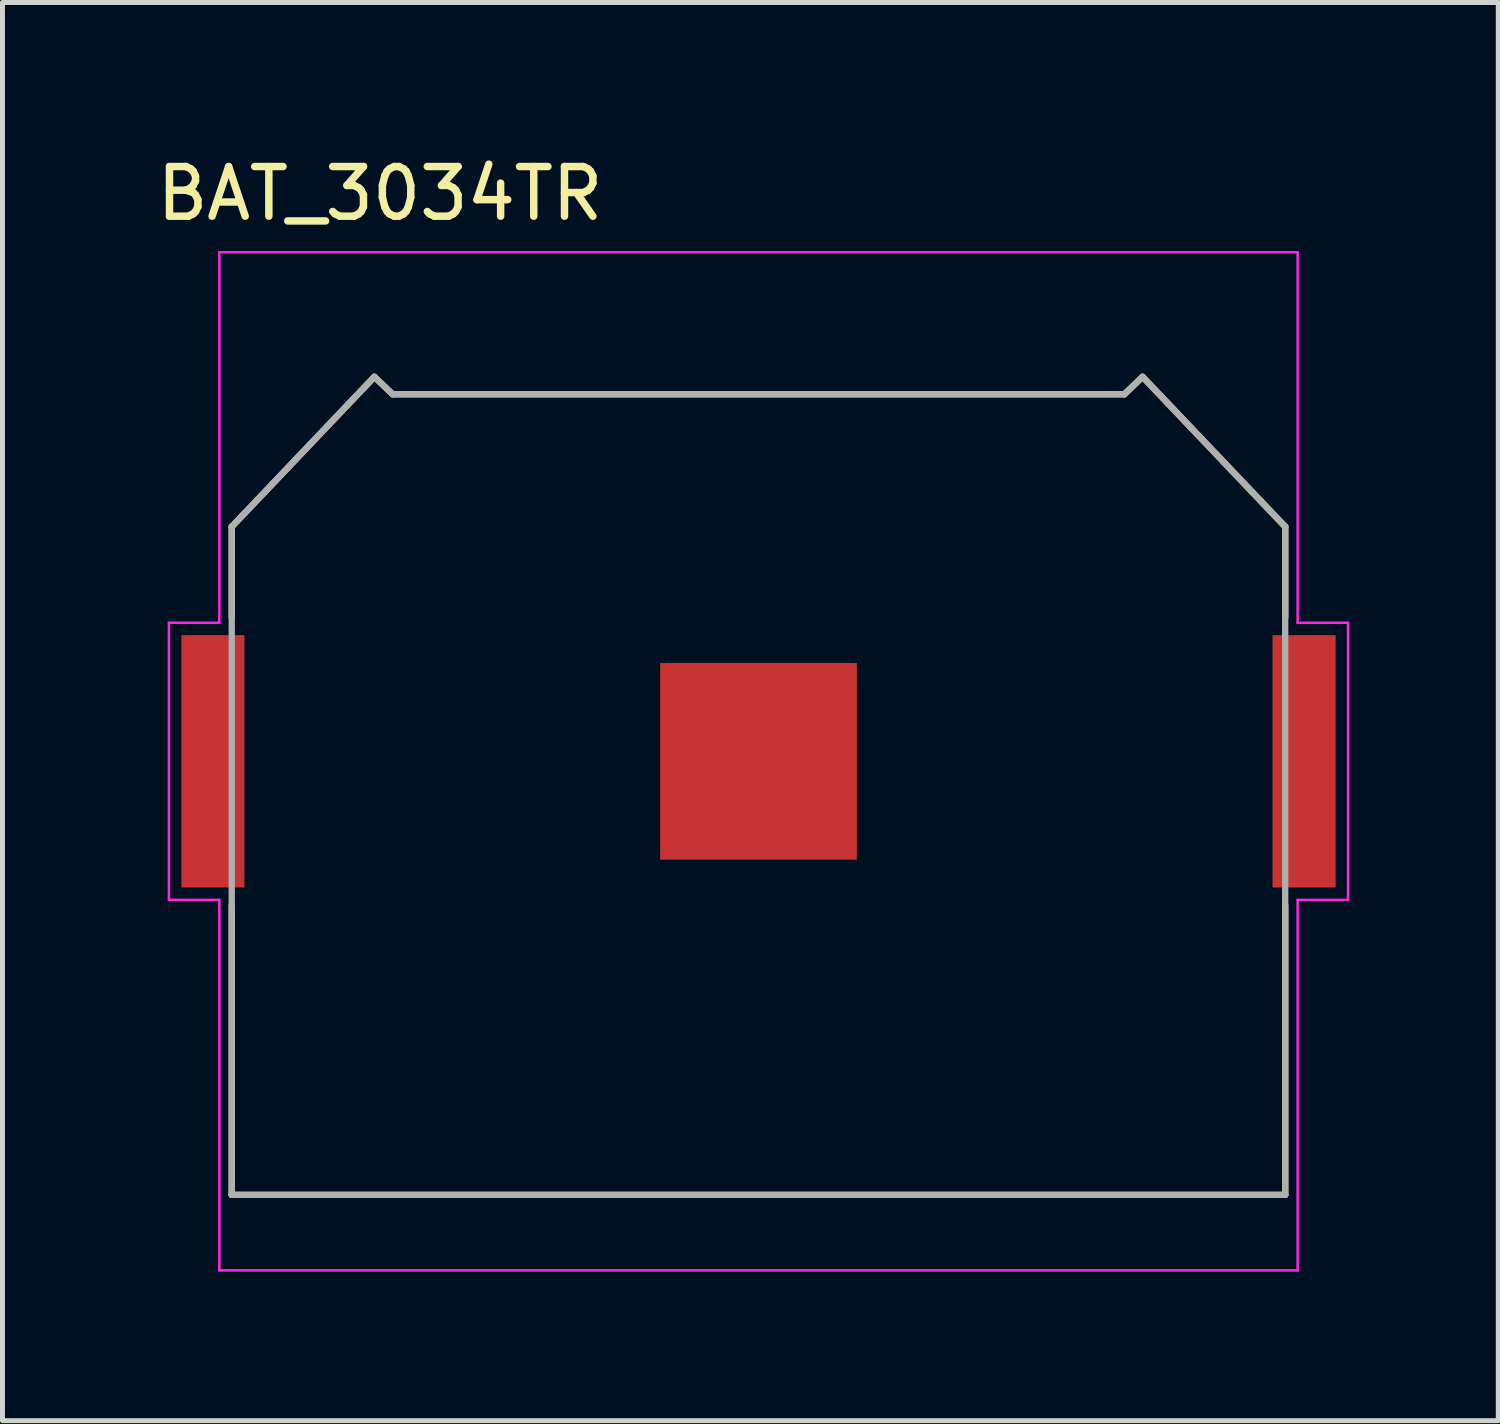
<source format=kicad_pcb>
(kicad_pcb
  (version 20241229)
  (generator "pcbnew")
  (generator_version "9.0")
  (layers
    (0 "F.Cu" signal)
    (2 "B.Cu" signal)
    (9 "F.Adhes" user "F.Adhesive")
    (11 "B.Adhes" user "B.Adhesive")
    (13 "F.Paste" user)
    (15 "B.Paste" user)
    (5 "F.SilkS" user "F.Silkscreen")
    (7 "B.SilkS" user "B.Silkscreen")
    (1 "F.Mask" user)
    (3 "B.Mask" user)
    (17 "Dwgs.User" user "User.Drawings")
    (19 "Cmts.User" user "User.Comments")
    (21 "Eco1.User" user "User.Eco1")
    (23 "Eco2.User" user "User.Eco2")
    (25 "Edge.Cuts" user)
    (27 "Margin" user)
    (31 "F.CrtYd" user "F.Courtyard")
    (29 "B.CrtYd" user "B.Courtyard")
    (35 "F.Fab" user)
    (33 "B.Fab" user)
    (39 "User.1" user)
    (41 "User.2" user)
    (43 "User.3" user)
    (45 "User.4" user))
  (footprint "BAT_3034TR"
    (layer "F.Cu")
    (at 12.221 12.278)
    (property "Reference" "BAT_3034TR" (at -7.62 -11.43 0) (layer "F.SilkS") (effects (font (size 1 1) (thickness 0.15))))
    (attr smd)
    (fp_line (start -10.605 -4.723) (end -10.605 -2.9) (stroke (width 0.127) (type solid)) (layer "F.SilkS"))
    (fp_line (start -10.605 8.729) (end -10.605 2.9) (stroke (width 0.127) (type solid)) (layer "F.SilkS"))
    (fp_line (start -10.605 8.729) (end 10.605 8.729) (stroke (width 0.127) (type solid)) (layer "F.SilkS"))
    (fp_line (start -7.734 -7.741) (end -10.605 -4.723) (stroke (width 0.127) (type solid)) (layer "F.SilkS"))
    (fp_line (start -7.734 -7.741) (end -7.366 -7.391) (stroke (width 0.127) (type solid)) (layer "F.SilkS"))
    (fp_line (start -7.366 -7.391) (end 7.366 -7.391) (stroke (width 0.127) (type solid)) (layer "F.SilkS"))
    (fp_line (start 7.366 -7.391) (end 7.734 -7.741) (stroke (width 0.127) (type solid)) (layer "F.SilkS"))
    (fp_line (start 7.734 -7.741) (end 10.605 -4.723) (stroke (width 0.127) (type solid)) (layer "F.SilkS"))
    (fp_line (start 10.605 -4.723) (end 10.605 -2.9) (stroke (width 0.127) (type solid)) (layer "F.SilkS"))
    (fp_line (start 10.605 8.729) (end 10.605 2.9) (stroke (width 0.127) (type solid)) (layer "F.SilkS"))
    (fp_line (start -11.87 -2.79) (end -11.87 2.79) (stroke (width 0.05) (type solid)) (layer "F.CrtYd"))
    (fp_line (start -11.87 2.79) (end -10.855 2.79) (stroke (width 0.05) (type solid)) (layer "F.CrtYd"))
    (fp_line (start -10.855 -10.25) (end -10.855 -2.79) (stroke (width 0.05) (type solid)) (layer "F.CrtYd"))
    (fp_line (start -10.855 -2.79) (end -11.87 -2.79) (stroke (width 0.05) (type solid)) (layer "F.CrtYd"))
    (fp_line (start -10.855 2.79) (end -10.855 10.25) (stroke (width 0.05) (type solid)) (layer "F.CrtYd"))
    (fp_line (start -10.855 10.25) (end 10.855 10.25) (stroke (width 0.05) (type solid)) (layer "F.CrtYd"))
    (fp_line (start 10.855 -10.25) (end -10.855 -10.25) (stroke (width 0.05) (type solid)) (layer "F.CrtYd"))
    (fp_line (start 10.855 -2.79) (end 10.855 -10.25) (stroke (width 0.05) (type solid)) (layer "F.CrtYd"))
    (fp_line (start 10.855 -2.79) (end 11.87 -2.79) (stroke (width 0.05) (type solid)) (layer "F.CrtYd"))
    (fp_line (start 10.855 10.25) (end 10.855 2.79) (stroke (width 0.05) (type solid)) (layer "F.CrtYd"))
    (fp_line (start 11.87 -2.79) (end 11.87 2.79) (stroke (width 0.05) (type solid)) (layer "F.CrtYd"))
    (fp_line (start 11.87 2.79) (end 10.855 2.79) (stroke (width 0.05) (type solid)) (layer "F.CrtYd"))
    (fp_line (start -10.605 -4.723) (end -10.605 8.729) (stroke (width 0.127) (type solid)) (layer "F.Fab"))
    (fp_line (start -10.605 8.729) (end 10.605 8.729) (stroke (width 0.127) (type solid)) (layer "F.Fab"))
    (fp_line (start -7.734 -7.741) (end -10.605 -4.723) (stroke (width 0.127) (type solid)) (layer "F.Fab"))
    (fp_line (start -7.734 -7.741) (end -7.366 -7.391) (stroke (width 0.127) (type solid)) (layer "F.Fab"))
    (fp_line (start -7.366 -7.391) (end 7.366 -7.391) (stroke (width 0.127) (type solid)) (layer "F.Fab"))
    (fp_line (start 7.366 -7.391) (end 7.734 -7.741) (stroke (width 0.127) (type solid)) (layer "F.Fab"))
    (fp_line (start 7.734 -7.741) (end 10.605 -4.723) (stroke (width 0.127) (type solid)) (layer "F.Fab"))
    (fp_line (start 10.605 -4.723) (end 10.605 8.729) (stroke (width 0.127) (type solid)) (layer "F.Fab"))
    (pad "N" smd rect (at 0 0) (size 3.96 3.96) (layers "F.Cu" "F.Mask"))
    (pad "P1" smd rect (at -10.985 0) (size 1.27 5.08) (layers "F.Cu" "F.Mask" "F.Paste"))
    (pad "P2" smd rect (at 10.985 0) (size 1.27 5.08) (layers "F.Cu" "F.Mask" "F.Paste")))
  (gr_rect
    (start -3 -3)
    (end 27.116 25.553)
    (stroke (width 0.1) (type default))
    (fill no)
    (layer "Edge.Cuts")))
</source>
